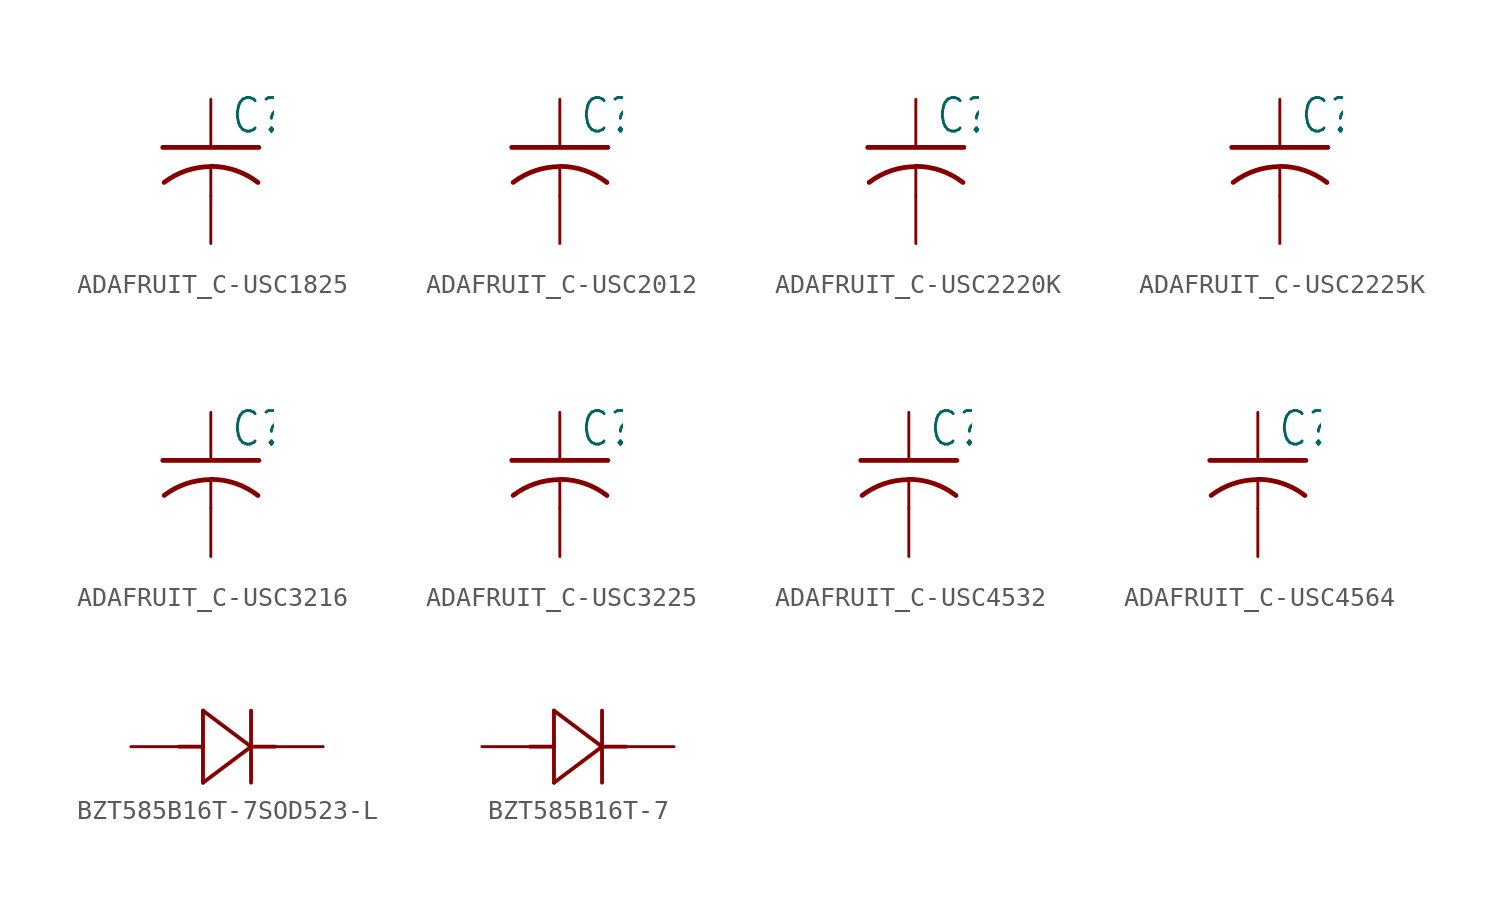
<source format=kicad_sym>
(kicad_symbol_lib
  (version 20231120)
  (generator "kicad_symbol_editor")
  (generator_version "8.0")
  (symbol "ADAFRUIT_C-USC1825"
    (property "Reference" "C"
      (at 1.016 0.635 0)
      (effects (font (size 1.778 1.511)) (justify left bottom)))
    (property "Value" ""
      (at 1.016 -4.191 0)
      (effects (font (size 1.778 1.511)) (justify left bottom)))
    (property "ki_locked" ""
      (at 0 0 0)
      (effects (font (size 1.27 1.27))))
    (symbol "ADAFRUIT_C-USC1825_1_0"
      (arc (start 0 -1.0161) (mid -1.302 -1.2303) (end -2.4668 -1.8504) (stroke (width 0.254) (type solid)) (fill (type none)))
      (polyline (pts (xy -2.54 0) (xy 2.54 0)) (stroke (width 0.254) (type solid)) (fill (type none)))
      (polyline (pts (xy 0 -1.016) (xy 0 -2.54)) (stroke (width 0.152) (type solid)) (fill (type none)))
      (polyline (pts (xy 0 -1.016) (xy 0 -1.016)) (stroke (width 0.152) (type solid)) (fill (type none)))
      (arc (start 2.4892 -1.8541) (mid 1.3158 -1.2194) (end 0 -1) (stroke (width 0.254) (type solid)) (fill (type none)))
      (pin passive line (at 0 2.54 270) (length 2.54) (name "1" (effects (font (size 0 0)))) (number "1" (effects (font (size 0 0)))))
      (pin passive line (at 0 -5.08 90) (length 2.54) (name "2" (effects (font (size 0 0)))) (number "2" (effects (font (size 0 0)))))))
  (symbol "ADAFRUIT_C-USC2012"
    (property "Reference" "C"
      (at 1.016 0.635 0)
      (effects (font (size 1.778 1.511)) (justify left bottom)))
    (property "Value" ""
      (at 1.016 -4.191 0)
      (effects (font (size 1.778 1.511)) (justify left bottom)))
    (property "ki_locked" ""
      (at 0 0 0)
      (effects (font (size 1.27 1.27))))
    (symbol "ADAFRUIT_C-USC2012_1_0"
      (arc (start 0 -1.0161) (mid -1.302 -1.2303) (end -2.4668 -1.8504) (stroke (width 0.254) (type solid)) (fill (type none)))
      (polyline (pts (xy -2.54 0) (xy 2.54 0)) (stroke (width 0.254) (type solid)) (fill (type none)))
      (polyline (pts (xy 0 -1.016) (xy 0 -2.54)) (stroke (width 0.152) (type solid)) (fill (type none)))
      (polyline (pts (xy 0 -1.016) (xy 0 -1.016)) (stroke (width 0.152) (type solid)) (fill (type none)))
      (arc (start 2.4892 -1.8541) (mid 1.3158 -1.2194) (end 0 -1) (stroke (width 0.254) (type solid)) (fill (type none)))
      (pin passive line (at 0 2.54 270) (length 2.54) (name "1" (effects (font (size 0 0)))) (number "1" (effects (font (size 0 0)))))
      (pin passive line (at 0 -5.08 90) (length 2.54) (name "2" (effects (font (size 0 0)))) (number "2" (effects (font (size 0 0)))))))
  (symbol "ADAFRUIT_C-USC2220K"
    (property "Reference" "C"
      (at 1.016 0.635 0)
      (effects (font (size 1.778 1.511)) (justify left bottom)))
    (property "Value" ""
      (at 1.016 -4.191 0)
      (effects (font (size 1.778 1.511)) (justify left bottom)))
    (property "ki_locked" ""
      (at 0 0 0)
      (effects (font (size 1.27 1.27))))
    (symbol "ADAFRUIT_C-USC2220K_1_0"
      (arc (start 0 -1.0161) (mid -1.302 -1.2303) (end -2.4668 -1.8504) (stroke (width 0.254) (type solid)) (fill (type none)))
      (polyline (pts (xy -2.54 0) (xy 2.54 0)) (stroke (width 0.254) (type solid)) (fill (type none)))
      (polyline (pts (xy 0 -1.016) (xy 0 -2.54)) (stroke (width 0.152) (type solid)) (fill (type none)))
      (polyline (pts (xy 0 -1.016) (xy 0 -1.016)) (stroke (width 0.152) (type solid)) (fill (type none)))
      (arc (start 2.4892 -1.8541) (mid 1.3158 -1.2194) (end 0 -1) (stroke (width 0.254) (type solid)) (fill (type none)))
      (pin passive line (at 0 2.54 270) (length 2.54) (name "1" (effects (font (size 0 0)))) (number "1" (effects (font (size 0 0)))))
      (pin passive line (at 0 -5.08 90) (length 2.54) (name "2" (effects (font (size 0 0)))) (number "2" (effects (font (size 0 0)))))))
  (symbol "ADAFRUIT_C-USC2225K"
    (property "Reference" "C"
      (at 1.016 0.635 0)
      (effects (font (size 1.778 1.511)) (justify left bottom)))
    (property "Value" ""
      (at 1.016 -4.191 0)
      (effects (font (size 1.778 1.511)) (justify left bottom)))
    (property "ki_locked" ""
      (at 0 0 0)
      (effects (font (size 1.27 1.27))))
    (symbol "ADAFRUIT_C-USC2225K_1_0"
      (arc (start 0 -1.0161) (mid -1.302 -1.2303) (end -2.4668 -1.8504) (stroke (width 0.254) (type solid)) (fill (type none)))
      (polyline (pts (xy -2.54 0) (xy 2.54 0)) (stroke (width 0.254) (type solid)) (fill (type none)))
      (polyline (pts (xy 0 -1.016) (xy 0 -2.54)) (stroke (width 0.152) (type solid)) (fill (type none)))
      (polyline (pts (xy 0 -1.016) (xy 0 -1.016)) (stroke (width 0.152) (type solid)) (fill (type none)))
      (arc (start 2.4892 -1.8541) (mid 1.3158 -1.2194) (end 0 -1) (stroke (width 0.254) (type solid)) (fill (type none)))
      (pin passive line (at 0 2.54 270) (length 2.54) (name "1" (effects (font (size 0 0)))) (number "1" (effects (font (size 0 0)))))
      (pin passive line (at 0 -5.08 90) (length 2.54) (name "2" (effects (font (size 0 0)))) (number "2" (effects (font (size 0 0)))))))
  (symbol "ADAFRUIT_C-USC3216"
    (property "Reference" "C"
      (at 1.016 0.635 0)
      (effects (font (size 1.778 1.511)) (justify left bottom)))
    (property "Value" ""
      (at 1.016 -4.191 0)
      (effects (font (size 1.778 1.511)) (justify left bottom)))
    (property "ki_locked" ""
      (at 0 0 0)
      (effects (font (size 1.27 1.27))))
    (symbol "ADAFRUIT_C-USC3216_1_0"
      (arc (start 0 -1.0161) (mid -1.302 -1.2303) (end -2.4668 -1.8504) (stroke (width 0.254) (type solid)) (fill (type none)))
      (polyline (pts (xy -2.54 0) (xy 2.54 0)) (stroke (width 0.254) (type solid)) (fill (type none)))
      (polyline (pts (xy 0 -1.016) (xy 0 -2.54)) (stroke (width 0.152) (type solid)) (fill (type none)))
      (polyline (pts (xy 0 -1.016) (xy 0 -1.016)) (stroke (width 0.152) (type solid)) (fill (type none)))
      (arc (start 2.4892 -1.8541) (mid 1.3158 -1.2194) (end 0 -1) (stroke (width 0.254) (type solid)) (fill (type none)))
      (pin passive line (at 0 2.54 270) (length 2.54) (name "1" (effects (font (size 0 0)))) (number "1" (effects (font (size 0 0)))))
      (pin passive line (at 0 -5.08 90) (length 2.54) (name "2" (effects (font (size 0 0)))) (number "2" (effects (font (size 0 0)))))))
  (symbol "ADAFRUIT_C-USC3225"
    (property "Reference" "C"
      (at 1.016 0.635 0)
      (effects (font (size 1.778 1.511)) (justify left bottom)))
    (property "Value" ""
      (at 1.016 -4.191 0)
      (effects (font (size 1.778 1.511)) (justify left bottom)))
    (property "ki_locked" ""
      (at 0 0 0)
      (effects (font (size 1.27 1.27))))
    (symbol "ADAFRUIT_C-USC3225_1_0"
      (arc (start 0 -1.0161) (mid -1.302 -1.2303) (end -2.4668 -1.8504) (stroke (width 0.254) (type solid)) (fill (type none)))
      (polyline (pts (xy -2.54 0) (xy 2.54 0)) (stroke (width 0.254) (type solid)) (fill (type none)))
      (polyline (pts (xy 0 -1.016) (xy 0 -2.54)) (stroke (width 0.152) (type solid)) (fill (type none)))
      (polyline (pts (xy 0 -1.016) (xy 0 -1.016)) (stroke (width 0.152) (type solid)) (fill (type none)))
      (arc (start 2.4892 -1.8541) (mid 1.3158 -1.2194) (end 0 -1) (stroke (width 0.254) (type solid)) (fill (type none)))
      (pin passive line (at 0 2.54 270) (length 2.54) (name "1" (effects (font (size 0 0)))) (number "1" (effects (font (size 0 0)))))
      (pin passive line (at 0 -5.08 90) (length 2.54) (name "2" (effects (font (size 0 0)))) (number "2" (effects (font (size 0 0)))))))
  (symbol "ADAFRUIT_C-USC4532"
    (property "Reference" "C"
      (at 1.016 0.635 0)
      (effects (font (size 1.778 1.511)) (justify left bottom)))
    (property "Value" ""
      (at 1.016 -4.191 0)
      (effects (font (size 1.778 1.511)) (justify left bottom)))
    (property "ki_locked" ""
      (at 0 0 0)
      (effects (font (size 1.27 1.27))))
    (symbol "ADAFRUIT_C-USC4532_1_0"
      (arc (start 0 -1.0161) (mid -1.302 -1.2303) (end -2.4668 -1.8504) (stroke (width 0.254) (type solid)) (fill (type none)))
      (polyline (pts (xy -2.54 0) (xy 2.54 0)) (stroke (width 0.254) (type solid)) (fill (type none)))
      (polyline (pts (xy 0 -1.016) (xy 0 -2.54)) (stroke (width 0.152) (type solid)) (fill (type none)))
      (polyline (pts (xy 0 -1.016) (xy 0 -1.016)) (stroke (width 0.152) (type solid)) (fill (type none)))
      (arc (start 2.4892 -1.8541) (mid 1.3158 -1.2194) (end 0 -1) (stroke (width 0.254) (type solid)) (fill (type none)))
      (pin passive line (at 0 2.54 270) (length 2.54) (name "1" (effects (font (size 0 0)))) (number "1" (effects (font (size 0 0)))))
      (pin passive line (at 0 -5.08 90) (length 2.54) (name "2" (effects (font (size 0 0)))) (number "2" (effects (font (size 0 0)))))))
  (symbol "ADAFRUIT_C-USC4564"
    (property "Reference" "C"
      (at 1.016 0.635 0)
      (effects (font (size 1.778 1.511)) (justify left bottom)))
    (property "Value" ""
      (at 1.016 -4.191 0)
      (effects (font (size 1.778 1.511)) (justify left bottom)))
    (property "ki_locked" ""
      (at 0 0 0)
      (effects (font (size 1.27 1.27))))
    (symbol "ADAFRUIT_C-USC4564_1_0"
      (arc (start 0 -1.0161) (mid -1.302 -1.2303) (end -2.4668 -1.8504) (stroke (width 0.254) (type solid)) (fill (type none)))
      (polyline (pts (xy -2.54 0) (xy 2.54 0)) (stroke (width 0.254) (type solid)) (fill (type none)))
      (polyline (pts (xy 0 -1.016) (xy 0 -2.54)) (stroke (width 0.152) (type solid)) (fill (type none)))
      (polyline (pts (xy 0 -1.016) (xy 0 -1.016)) (stroke (width 0.152) (type solid)) (fill (type none)))
      (arc (start 2.4892 -1.8541) (mid 1.3158 -1.2194) (end 0 -1) (stroke (width 0.254) (type solid)) (fill (type none)))
      (pin passive line (at 0 2.54 270) (length 2.54) (name "1" (effects (font (size 0 0)))) (number "1" (effects (font (size 0 0)))))
      (pin passive line (at 0 -5.08 90) (length 2.54) (name "2" (effects (font (size 0 0)))) (number "2" (effects (font (size 0 0)))))))
  (symbol "BZT585B16T-7SOD523-L"
    (property "Reference" "CR"
      (at -2.819 2.692 0)
      (effects (font (size 3.48 2.958)) (justify left bottom) (hide yes)))
    (property "ki_locked" ""
      (at 0 0 0)
      (effects (font (size 1.27 1.27))))
    (symbol "BZT585B16T-7SOD523-L_1_0"
      (polyline (pts (xy 2.54 0) (xy 3.81 0)) (stroke (width 0.203) (type solid)) (fill (type none)))
      (polyline (pts (xy 3.81 -1.905) (xy 6.35 0)) (stroke (width 0.203) (type solid)) (fill (type none)))
      (polyline (pts (xy 3.81 0) (xy 3.81 -1.905)) (stroke (width 0.203) (type solid)) (fill (type none)))
      (polyline (pts (xy 3.81 1.905) (xy 3.81 0)) (stroke (width 0.203) (type solid)) (fill (type none)))
      (polyline (pts (xy 6.35 -1.905) (xy 6.35 0)) (stroke (width 0.203) (type solid)) (fill (type none)))
      (polyline (pts (xy 6.35 0) (xy 3.81 1.905)) (stroke (width 0.203) (type solid)) (fill (type none)))
      (polyline (pts (xy 6.35 0) (xy 6.35 1.905)) (stroke (width 0.203) (type solid)) (fill (type none)))
      (polyline (pts (xy 6.35 0) (xy 7.62 0)) (stroke (width 0.203) (type solid)) (fill (type none)))
      (pin passive line (at 10.16 0 180) (length 2.54) (name "1" (effects (font (size 0 0)))) (number "1" (effects (font (size 0 0)))))
      (pin passive line (at 0 0 0) (length 2.54) (name "2" (effects (font (size 0 0)))) (number "2" (effects (font (size 0 0)))))))
  (symbol "BZT585B16T-7"
    (property "Reference" "CR"
      (at -2.819 2.692 0)
      (effects (font (size 3.48 2.958)) (justify left bottom) (hide yes)))
    (property "ki_locked" ""
      (at 0 0 0)
      (effects (font (size 1.27 1.27))))
    (symbol "BZT585B16T-7_1_0"
      (polyline (pts (xy 2.54 0) (xy 3.81 0)) (stroke (width 0.203) (type solid)) (fill (type none)))
      (polyline (pts (xy 3.81 -1.905) (xy 6.35 0)) (stroke (width 0.203) (type solid)) (fill (type none)))
      (polyline (pts (xy 3.81 0) (xy 3.81 -1.905)) (stroke (width 0.203) (type solid)) (fill (type none)))
      (polyline (pts (xy 3.81 1.905) (xy 3.81 0)) (stroke (width 0.203) (type solid)) (fill (type none)))
      (polyline (pts (xy 6.35 -1.905) (xy 6.35 0)) (stroke (width 0.203) (type solid)) (fill (type none)))
      (polyline (pts (xy 6.35 0) (xy 3.81 1.905)) (stroke (width 0.203) (type solid)) (fill (type none)))
      (polyline (pts (xy 6.35 0) (xy 6.35 1.905)) (stroke (width 0.203) (type solid)) (fill (type none)))
      (polyline (pts (xy 6.35 0) (xy 7.62 0)) (stroke (width 0.203) (type solid)) (fill (type none)))
      (pin passive line (at 10.16 0 180) (length 2.54) (name "1" (effects (font (size 0 0)))) (number "1" (effects (font (size 0 0)))))
      (pin passive line (at 0 0 0) (length 2.54) (name "2" (effects (font (size 0 0)))) (number "2" (effects (font (size 0 0))))))))
</source>
